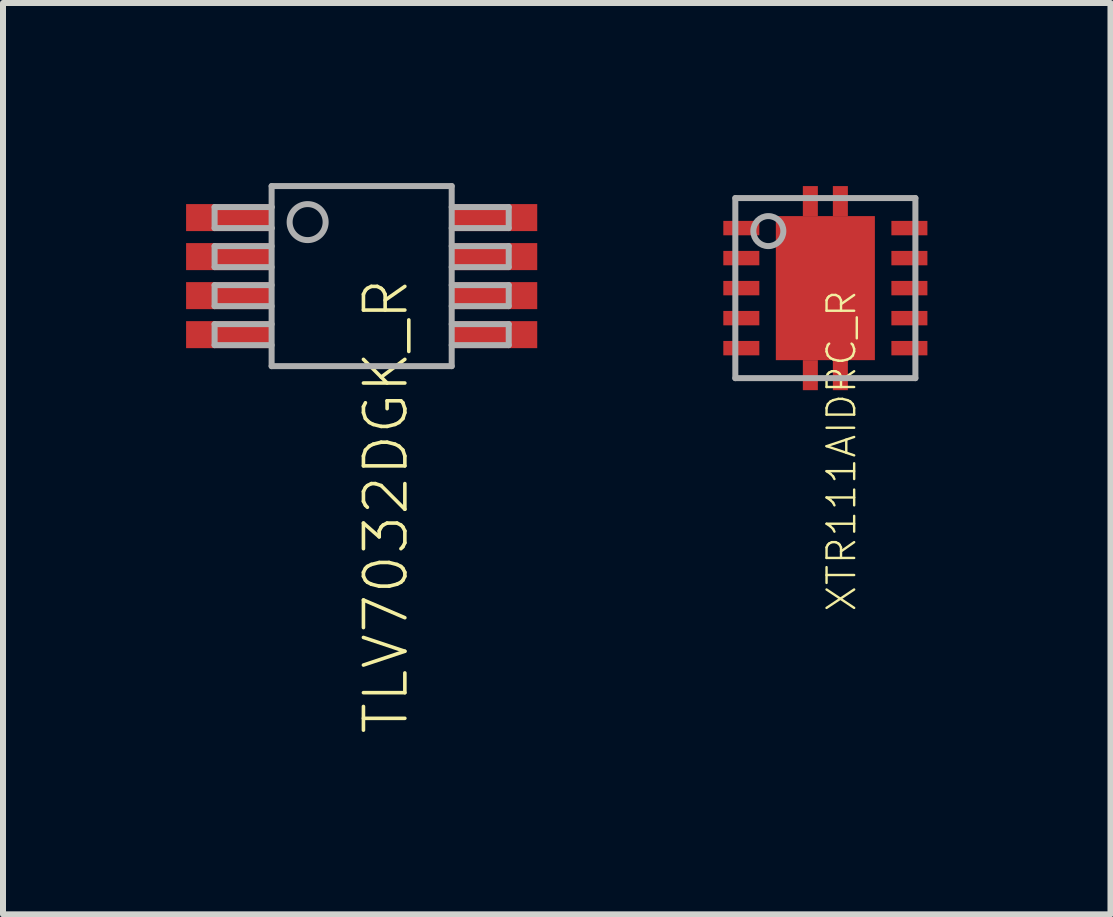
<source format=kicad_pcb>
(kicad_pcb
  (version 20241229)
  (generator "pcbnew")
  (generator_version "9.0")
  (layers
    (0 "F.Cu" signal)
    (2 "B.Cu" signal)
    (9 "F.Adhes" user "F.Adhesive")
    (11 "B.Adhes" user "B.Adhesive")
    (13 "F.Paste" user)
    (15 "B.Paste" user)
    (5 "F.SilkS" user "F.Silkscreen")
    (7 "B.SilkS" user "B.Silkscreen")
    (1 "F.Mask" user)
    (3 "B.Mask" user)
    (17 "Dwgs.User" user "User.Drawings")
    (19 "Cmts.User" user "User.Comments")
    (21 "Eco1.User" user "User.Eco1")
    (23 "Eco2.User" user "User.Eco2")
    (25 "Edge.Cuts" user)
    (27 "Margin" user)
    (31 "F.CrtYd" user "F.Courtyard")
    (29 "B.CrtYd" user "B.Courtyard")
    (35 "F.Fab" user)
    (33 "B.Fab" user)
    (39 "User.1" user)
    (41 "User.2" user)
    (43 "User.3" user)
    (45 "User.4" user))
  (footprint "TLV7032DGK_R"
    (layer "F.Cu")
    (at 2.975 1.55)
    (property "Reference" "TLV7032DGK_R" (at 0 0 90) (unlocked yes) (layer "F.SilkS") (effects (font (size 0.69 0.69) (thickness 0.06)) (justify right top)))
    (fp_poly (pts (xy -1.425 -0.7) (xy -1.425 -1.25) (xy -2.975 -1.25) (xy -2.975 -0.7)) (stroke (width 0) (type default)) (fill yes) (layer "F.Mask"))
    (fp_poly (pts (xy -1.425 -0.05) (xy -1.425 -0.6) (xy -2.975 -0.6) (xy -2.975 -0.05)) (stroke (width 0) (type default)) (fill yes) (layer "F.Mask"))
    (fp_poly (pts (xy -1.425 0.6) (xy -1.425 0.05) (xy -2.975 0.05) (xy -2.975 0.6)) (stroke (width 0) (type default)) (fill yes) (layer "F.Mask"))
    (fp_poly (pts (xy -1.425 1.25) (xy -1.425 0.7) (xy -2.975 0.7) (xy -2.975 1.25)) (stroke (width 0) (type default)) (fill yes) (layer "F.Mask"))
    (fp_poly (pts (xy 2.975 -0.7) (xy 2.975 -1.25) (xy 1.425 -1.25) (xy 1.425 -0.7)) (stroke (width 0) (type default)) (fill yes) (layer "F.Mask"))
    (fp_poly (pts (xy 2.975 -0.05) (xy 2.975 -0.6) (xy 1.425 -0.6) (xy 1.425 -0.05)) (stroke (width 0) (type default)) (fill yes) (layer "F.Mask"))
    (fp_poly (pts (xy 2.975 0.6) (xy 2.975 0.05) (xy 1.425 0.05) (xy 1.425 0.6)) (stroke (width 0) (type default)) (fill yes) (layer "F.Mask"))
    (fp_poly (pts (xy 2.975 1.25) (xy 2.975 0.7) (xy 1.425 0.7) (xy 1.425 1.25)) (stroke (width 0) (type default)) (fill yes) (layer "F.Mask"))
    (fp_line (start -2.45 -1.15) (end -2.45 -0.8) (stroke (width 0.1) (type solid)) (layer "F.Fab"))
    (fp_line (start -2.45 -0.8) (end -1.5 -0.8) (stroke (width 0.1) (type solid)) (layer "F.Fab"))
    (fp_line (start -2.45 -0.5) (end -2.45 -0.15) (stroke (width 0.1) (type solid)) (layer "F.Fab"))
    (fp_line (start -2.45 -0.15) (end -1.5 -0.15) (stroke (width 0.1) (type solid)) (layer "F.Fab"))
    (fp_line (start -2.45 0.15) (end -2.45 0.5) (stroke (width 0.1) (type solid)) (layer "F.Fab"))
    (fp_line (start -2.45 0.5) (end -1.5 0.5) (stroke (width 0.1) (type solid)) (layer "F.Fab"))
    (fp_line (start -2.45 0.8) (end -2.45 1.15) (stroke (width 0.1) (type solid)) (layer "F.Fab"))
    (fp_line (start -2.45 1.15) (end -1.5 1.15) (stroke (width 0.1) (type solid)) (layer "F.Fab"))
    (fp_line (start -1.5 -1.5) (end -1.5 -1.15) (stroke (width 0.1) (type solid)) (layer "F.Fab"))
    (fp_line (start -1.5 -1.15) (end -2.45 -1.15) (stroke (width 0.1) (type solid)) (layer "F.Fab"))
    (fp_line (start -1.5 -1.15) (end -1.5 -0.8) (stroke (width 0.1) (type solid)) (layer "F.Fab"))
    (fp_line (start -1.5 -0.8) (end -1.5 1.5) (stroke (width 0.1) (type solid)) (layer "F.Fab"))
    (fp_line (start -1.5 -0.5) (end -2.45 -0.5) (stroke (width 0.1) (type solid)) (layer "F.Fab"))
    (fp_line (start -1.5 0.15) (end -2.45 0.15) (stroke (width 0.1) (type solid)) (layer "F.Fab"))
    (fp_line (start -1.5 0.8) (end -2.45 0.8) (stroke (width 0.1) (type solid)) (layer "F.Fab"))
    (fp_line (start -1.5 1.5) (end 1.5 1.5) (stroke (width 0.1) (type solid)) (layer "F.Fab"))
    (fp_line (start 1.5 -1.5) (end -1.5 -1.5) (stroke (width 0.1) (type solid)) (layer "F.Fab"))
    (fp_line (start 1.5 -0.8) (end 2.45 -0.8) (stroke (width 0.1) (type solid)) (layer "F.Fab"))
    (fp_line (start 1.5 -0.15) (end 2.45 -0.15) (stroke (width 0.1) (type solid)) (layer "F.Fab"))
    (fp_line (start 1.5 0.5) (end 2.45 0.5) (stroke (width 0.1) (type solid)) (layer "F.Fab"))
    (fp_line (start 1.5 1.15) (end 2.45 1.15) (stroke (width 0.1) (type solid)) (layer "F.Fab"))
    (fp_line (start 1.5 1.5) (end 1.5 -1.5) (stroke (width 0.1) (type solid)) (layer "F.Fab"))
    (fp_line (start 2.45 -1.15) (end 1.5 -1.15) (stroke (width 0.1) (type solid)) (layer "F.Fab"))
    (fp_line (start 2.45 -0.8) (end 2.45 -1.15) (stroke (width 0.1) (type solid)) (layer "F.Fab"))
    (fp_line (start 2.45 -0.5) (end 1.5 -0.5) (stroke (width 0.1) (type solid)) (layer "F.Fab"))
    (fp_line (start 2.45 -0.15) (end 2.45 -0.5) (stroke (width 0.1) (type solid)) (layer "F.Fab"))
    (fp_line (start 2.45 0.15) (end 1.5 0.15) (stroke (width 0.1) (type solid)) (layer "F.Fab"))
    (fp_line (start 2.45 0.5) (end 2.45 0.15) (stroke (width 0.1) (type solid)) (layer "F.Fab"))
    (fp_line (start 2.45 0.8) (end 1.5 0.8) (stroke (width 0.1) (type solid)) (layer "F.Fab"))
    (fp_line (start 2.45 1.15) (end 2.45 0.8) (stroke (width 0.1) (type solid)) (layer "F.Fab"))
    (fp_circle (center -0.9 -0.9) (end -0.6 -0.9) (stroke (width 0.1) (type solid)) (fill no) (layer "F.Fab"))
    (pad "1" smd rect (at -2.2 -0.975 180) (size 1.45 0.45) (layers "F.Cu" "F.Paste"))
    (pad "2" smd rect (at -2.2 -0.325 180) (size 1.45 0.45) (layers "F.Cu" "F.Paste"))
    (pad "3" smd rect (at -2.2 0.325 180) (size 1.45 0.45) (layers "F.Cu" "F.Paste"))
    (pad "4" smd rect (at -2.2 0.975 180) (size 1.45 0.45) (layers "F.Cu" "F.Paste"))
    (pad "5" smd rect (at 2.2 0.975 180) (size 1.45 0.45) (layers "F.Cu" "F.Paste"))
    (pad "6" smd rect (at 2.2 0.325 180) (size 1.45 0.45) (layers "F.Cu" "F.Paste"))
    (pad "7" smd rect (at 2.2 -0.325 180) (size 1.45 0.45) (layers "F.Cu" "F.Paste"))
    (pad "8" smd rect (at 2.2 -0.975 180) (size 1.45 0.45) (layers "F.Cu" "F.Paste")))
  (footprint "XTR111AIDRC_R"
    (layer "F.Cu")
    (at 10.7 1.75)
    (property "Reference" "XTR111AIDRC_R" (at 0 0 90) (unlocked yes) (layer "F.SilkS") (effects (font (size 0.46 0.46) (thickness 0.04)) (justify right top)))
    (fp_poly (pts (xy -1.75 -0.83) (xy -1.05 -0.83) (xy -1.05 -1.17) (xy -1.75 -1.17)) (stroke (width 0) (type default)) (fill yes) (layer "F.Mask"))
    (fp_poly (pts (xy -1.75 -0.33) (xy -1.05 -0.33) (xy -1.05 -0.67) (xy -1.75 -0.67)) (stroke (width 0) (type default)) (fill yes) (layer "F.Mask"))
    (fp_poly (pts (xy -1.75 0.17) (xy -1.05 0.17) (xy -1.05 -0.17) (xy -1.75 -0.17)) (stroke (width 0) (type default)) (fill yes) (layer "F.Mask"))
    (fp_poly (pts (xy -1.75 0.67) (xy -1.05 0.67) (xy -1.05 0.33) (xy -1.75 0.33)) (stroke (width 0) (type default)) (fill yes) (layer "F.Mask"))
    (fp_poly (pts (xy -1.75 1.17) (xy -1.05 1.17) (xy -1.05 0.83) (xy -1.75 0.83)) (stroke (width 0) (type default)) (fill yes) (layer "F.Mask"))
    (fp_poly (pts (xy -0.875 1.25) (xy 0.875 1.25) (xy 0.875 -1.25) (xy -0.875 -1.25)) (stroke (width 0) (type default)) (fill yes) (layer "F.Mask"))
    (fp_poly (pts (xy -0.425 -1.25) (xy -0.075 -1.25) (xy -0.075 -1.75) (xy -0.425 -1.75)) (stroke (width 0) (type default)) (fill yes) (layer "F.Mask"))
    (fp_poly (pts (xy -0.075 1.25) (xy -0.425 1.25) (xy -0.425 1.75) (xy -0.075 1.75)) (stroke (width 0) (type default)) (fill yes) (layer "F.Mask"))
    (fp_poly (pts (xy 0.075 -1.25) (xy 0.425 -1.25) (xy 0.425 -1.75) (xy 0.075 -1.75)) (stroke (width 0) (type default)) (fill yes) (layer "F.Mask"))
    (fp_poly (pts (xy 0.425 1.25) (xy 0.075 1.25) (xy 0.075 1.75) (xy 0.425 1.75)) (stroke (width 0) (type default)) (fill yes) (layer "F.Mask"))
    (fp_poly (pts (xy 1.75 -1.17) (xy 1.05 -1.17) (xy 1.05 -0.83) (xy 1.75 -0.83)) (stroke (width 0) (type default)) (fill yes) (layer "F.Mask"))
    (fp_poly (pts (xy 1.75 -0.67) (xy 1.05 -0.67) (xy 1.05 -0.33) (xy 1.75 -0.33)) (stroke (width 0) (type default)) (fill yes) (layer "F.Mask"))
    (fp_poly (pts (xy 1.75 -0.17) (xy 1.05 -0.17) (xy 1.05 0.17) (xy 1.75 0.17)) (stroke (width 0) (type default)) (fill yes) (layer "F.Mask"))
    (fp_poly (pts (xy 1.75 0.33) (xy 1.05 0.33) (xy 1.05 0.67) (xy 1.75 0.67)) (stroke (width 0) (type default)) (fill yes) (layer "F.Mask"))
    (fp_poly (pts (xy 1.75 0.83) (xy 1.05 0.83) (xy 1.05 1.17) (xy 1.75 1.17)) (stroke (width 0) (type default)) (fill yes) (layer "F.Mask"))
    (fp_poly (pts (xy -1.1 -0.88) (xy -1.7 -0.88) (xy -1.7 -1.12) (xy -1.1 -1.12)) (stroke (width 0) (type default)) (fill yes) (layer "F.Paste"))
    (fp_poly (pts (xy -1.1 -0.38) (xy -1.7 -0.38) (xy -1.7 -0.62) (xy -1.1 -0.62)) (stroke (width 0) (type default)) (fill yes) (layer "F.Paste"))
    (fp_poly (pts (xy -1.1 0.12) (xy -1.7 0.12) (xy -1.7 -0.12) (xy -1.1 -0.12)) (stroke (width 0) (type default)) (fill yes) (layer "F.Paste"))
    (fp_poly (pts (xy -1.1 0.62) (xy -1.7 0.62) (xy -1.7 0.38) (xy -1.1 0.38)) (stroke (width 0) (type default)) (fill yes) (layer "F.Paste"))
    (fp_poly (pts (xy -1.1 1.12) (xy -1.7 1.12) (xy -1.7 0.88) (xy -1.1 0.88)) (stroke (width 0) (type default)) (fill yes) (layer "F.Paste"))
    (fp_poly (pts (xy -0.125 -1.36) (xy -0.375 -1.36) (xy -0.375 -1.7) (xy -0.125 -1.7)) (stroke (width 0) (type default)) (fill yes) (layer "F.Paste"))
    (fp_poly (pts (xy -0.125 1.7) (xy -0.375 1.7) (xy -0.375 1.36) (xy -0.125 1.36)) (stroke (width 0) (type default)) (fill yes) (layer "F.Paste"))
    (fp_poly (pts (xy 0.375 -1.36) (xy 0.125 -1.36) (xy 0.125 -1.7) (xy 0.375 -1.7)) (stroke (width 0) (type default)) (fill yes) (layer "F.Paste"))
    (fp_poly (pts (xy 0.375 1.7) (xy 0.125 1.7) (xy 0.125 1.36) (xy 0.375 1.36)) (stroke (width 0) (type default)) (fill yes) (layer "F.Paste"))
    (fp_poly (pts (xy 0.75 -0.1) (xy -0.75 -0.1) (xy -0.75 -1.16) (xy 0.75 -1.16)) (stroke (width 0) (type default)) (fill yes) (layer "F.Paste"))
    (fp_poly (pts (xy 0.75 1.16) (xy -0.75 1.16) (xy -0.75 0.1) (xy 0.75 0.1)) (stroke (width 0) (type default)) (fill yes) (layer "F.Paste"))
    (fp_poly (pts (xy 1.7 -0.88) (xy 1.1 -0.88) (xy 1.1 -1.12) (xy 1.7 -1.12)) (stroke (width 0) (type default)) (fill yes) (layer "F.Paste"))
    (fp_poly (pts (xy 1.7 -0.38) (xy 1.1 -0.38) (xy 1.1 -0.62) (xy 1.7 -0.62)) (stroke (width 0) (type default)) (fill yes) (layer "F.Paste"))
    (fp_poly (pts (xy 1.7 0.12) (xy 1.1 0.12) (xy 1.1 -0.12) (xy 1.7 -0.12)) (stroke (width 0) (type default)) (fill yes) (layer "F.Paste"))
    (fp_poly (pts (xy 1.7 0.62) (xy 1.1 0.62) (xy 1.1 0.38) (xy 1.7 0.38)) (stroke (width 0) (type default)) (fill yes) (layer "F.Paste"))
    (fp_poly (pts (xy 1.7 1.12) (xy 1.1 1.12) (xy 1.1 0.88) (xy 1.7 0.88)) (stroke (width 0) (type default)) (fill yes) (layer "F.Paste"))
    (fp_line (start -1.5 -1.5) (end 1.5 -1.5) (stroke (width 0.1) (type solid)) (layer "F.Fab"))
    (fp_line (start -1.5 1.5) (end -1.5 -1.5) (stroke (width 0.1) (type solid)) (layer "F.Fab"))
    (fp_line (start 1.5 -1.5) (end 1.5 1.5) (stroke (width 0.1) (type solid)) (layer "F.Fab"))
    (fp_line (start 1.5 1.5) (end -1.5 1.5) (stroke (width 0.1) (type solid)) (layer "F.Fab"))
    (fp_circle (center -0.95 -0.95) (end -0.7 -0.95) (stroke (width 0.1) (type solid)) (fill no) (layer "F.Fab"))
    (pad "1" smd rect (at -1.4 -1) (size 0.6 0.24) (layers "F.Cu"))
    (pad "2" smd rect (at -1.4 -0.5) (size 0.6 0.24) (layers "F.Cu"))
    (pad "3" smd rect (at -1.4 0) (size 0.6 0.24) (layers "F.Cu"))
    (pad "4" smd rect (at -1.4 0.5) (size 0.6 0.24) (layers "F.Cu"))
    (pad "5" smd rect (at -1.4 1) (size 0.6 0.24) (layers "F.Cu"))
    (pad "6" smd rect (at 1.4 1 180) (size 0.6 0.24) (layers "F.Cu"))
    (pad "7" smd rect (at 1.4 0.5 180) (size 0.6 0.24) (layers "F.Cu"))
    (pad "8" smd rect (at 1.4 0 180) (size 0.6 0.24) (layers "F.Cu"))
    (pad "9" smd rect (at 1.4 -0.5 180) (size 0.6 0.24) (layers "F.Cu"))
    (pad "10" smd rect (at 1.4 -1 180) (size 0.6 0.24) (layers "F.Cu"))
    (pad "TH0" smd rect (at 0 0) (size 1.65 2.4) (layers "F.Cu"))
    (pad "TH1" smd rect (at -0.25 -1.45) (size 0.25 0.5) (layers "F.Cu"))
    (pad "TH2" smd rect (at 0.25 -1.45) (size 0.25 0.5) (layers "F.Cu"))
    (pad "TH3" smd rect (at -0.25 1.45) (size 0.25 0.5) (layers "F.Cu"))
    (pad "TH4" smd rect (at 0.25 1.45) (size 0.25 0.5) (layers "F.Cu")))
  (gr_rect
    (start -3 -3)
    (end 15.45 12.182)
    (stroke (width 0.1) (type default))
    (fill no)
    (layer "Edge.Cuts")))
</source>
